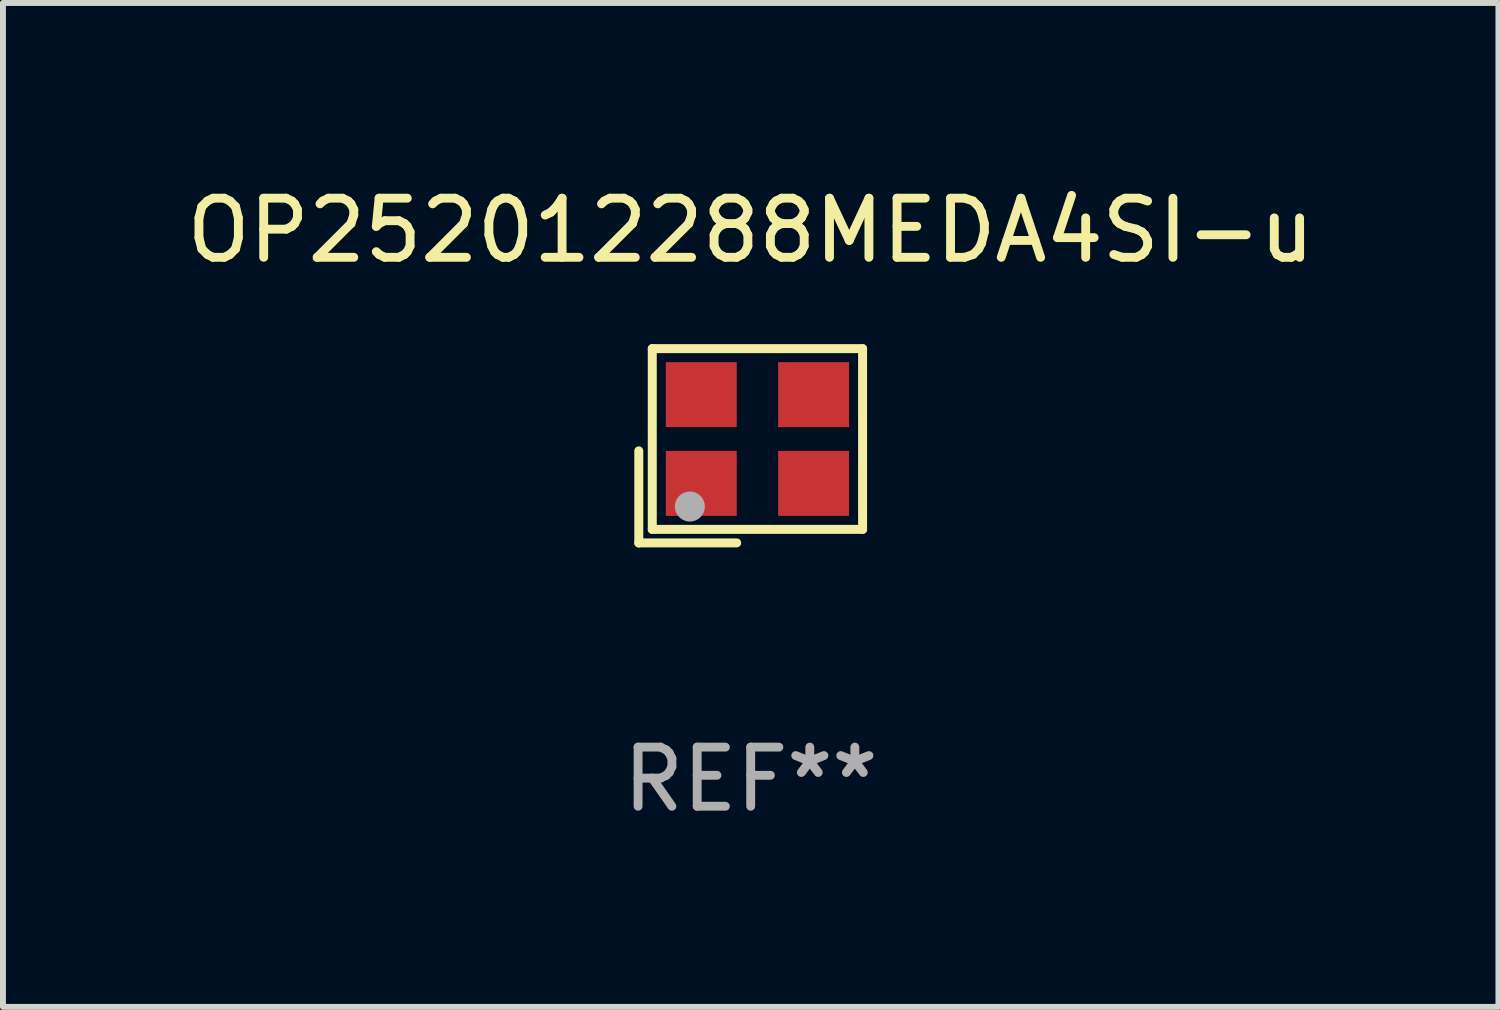
<source format=kicad_pcb>
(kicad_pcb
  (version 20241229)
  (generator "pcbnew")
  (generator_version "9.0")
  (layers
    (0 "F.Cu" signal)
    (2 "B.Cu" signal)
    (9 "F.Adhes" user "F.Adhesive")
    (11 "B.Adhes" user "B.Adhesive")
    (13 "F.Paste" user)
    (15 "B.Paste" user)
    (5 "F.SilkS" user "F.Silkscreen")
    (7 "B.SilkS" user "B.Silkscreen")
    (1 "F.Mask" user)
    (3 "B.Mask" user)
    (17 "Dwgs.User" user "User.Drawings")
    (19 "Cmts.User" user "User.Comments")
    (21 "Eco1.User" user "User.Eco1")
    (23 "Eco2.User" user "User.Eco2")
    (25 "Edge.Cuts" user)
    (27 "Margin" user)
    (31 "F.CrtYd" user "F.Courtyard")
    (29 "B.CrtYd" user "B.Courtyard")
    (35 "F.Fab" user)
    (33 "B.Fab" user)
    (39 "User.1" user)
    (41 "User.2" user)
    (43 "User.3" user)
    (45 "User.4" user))
  (footprint "OP252012288MEDA4SI-u"
    (layer "F.Cu")
    (at 9.649 4.491)
    (property "Reference" "OP252012288MEDA4SI-u" (at 0 -3.643 0) (layer "F.SilkS") (effects (font (size 1 1) (thickness 0.15))))
    (attr through_hole)
    (fp_line (start -1.893 0.086) (end -1.893 1.643) (stroke (width 0.152) (type solid)) (layer "F.SilkS"))
    (fp_line (start -1.893 1.643) (end -0.237 1.643) (stroke (width 0.152) (type solid)) (layer "F.SilkS"))
    (fp_line (start -1.665 -1.643) (end 1.893 -1.643) (stroke (width 0.152) (type solid)) (layer "F.SilkS"))
    (fp_line (start -1.665 1.414) (end -1.665 -1.643) (stroke (width 0.152) (type solid)) (layer "F.SilkS"))
    (fp_line (start 1.893 -1.643) (end 1.893 1.414) (stroke (width 0.152) (type solid)) (layer "F.SilkS"))
    (fp_line (start 1.893 1.414) (end -1.665 1.414) (stroke (width 0.152) (type solid)) (layer "F.SilkS"))
    (fp_circle (center -1.136 0.885) (end -1.106 0.885) (stroke (width 0.06) (type solid)) (fill no) (layer "F.SilkS"))
    (fp_circle (center -1.029 1.028) (end -0.902 1.028) (stroke (width 0.254) (type solid)) (fill no) (layer "F.Fab"))
    (fp_text user "REF**" (at 0 5.643 0) (layer "F.Fab") (effects (font (size 1 1) (thickness 0.15))))
    (pad "1" smd rect (at -0.836 0.636) (size 1.2 1.1) (layers "F.Cu" "F.Mask" "F.Paste"))
    (pad "2" smd rect (at 1.064 0.636) (size 1.2 1.1) (layers "F.Cu" "F.Mask" "F.Paste"))
    (pad "3" smd rect (at 1.064 -0.865) (size 1.2 1.1) (layers "F.Cu" "F.Mask" "F.Paste"))
    (pad "4" smd rect (at -0.836 -0.865) (size 1.2 1.1) (layers "F.Cu" "F.Mask" "F.Paste")))
  (gr_rect
    (start -3 -3)
    (end 22.298 13.983)
    (stroke (width 0.1) (type default))
    (fill no)
    (layer "Edge.Cuts")))
</source>
